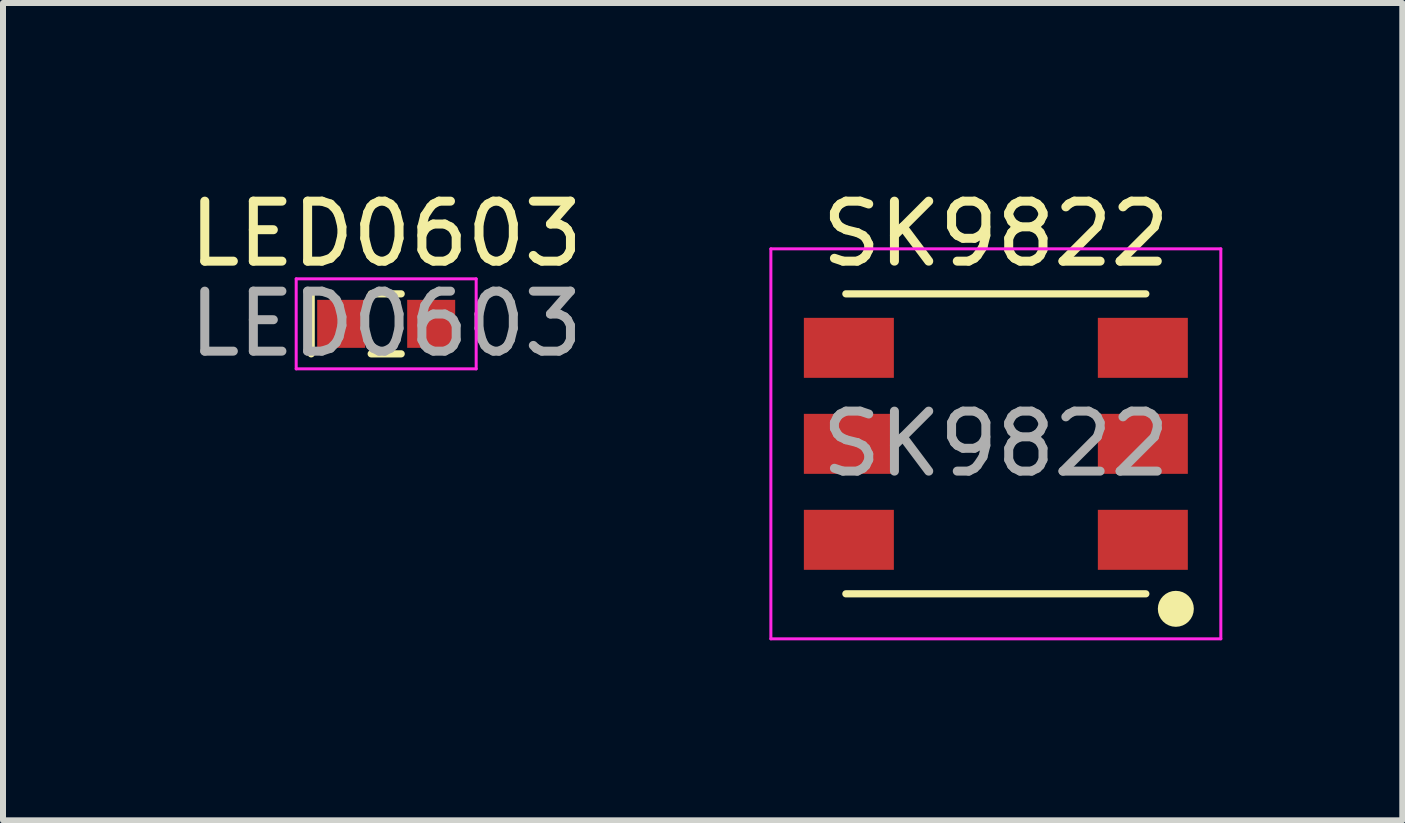
<source format=kicad_pcb>
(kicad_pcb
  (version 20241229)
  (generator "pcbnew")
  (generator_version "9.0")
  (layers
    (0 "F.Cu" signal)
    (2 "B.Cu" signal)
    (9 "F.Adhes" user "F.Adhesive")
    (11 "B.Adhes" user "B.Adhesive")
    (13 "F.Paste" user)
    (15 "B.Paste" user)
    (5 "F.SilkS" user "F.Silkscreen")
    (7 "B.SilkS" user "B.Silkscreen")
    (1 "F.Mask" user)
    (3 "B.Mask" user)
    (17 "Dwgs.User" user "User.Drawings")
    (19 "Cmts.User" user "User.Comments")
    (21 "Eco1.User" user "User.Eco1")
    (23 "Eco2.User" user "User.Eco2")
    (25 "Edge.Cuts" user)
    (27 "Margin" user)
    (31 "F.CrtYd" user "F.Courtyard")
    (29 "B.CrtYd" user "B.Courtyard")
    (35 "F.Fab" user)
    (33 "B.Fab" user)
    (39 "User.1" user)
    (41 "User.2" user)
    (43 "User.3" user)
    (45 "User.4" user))
  (footprint "LED0603"
    (layer "F.Cu")
    (at 3.387 2.348)
    (property "Reference" "LED0603" (at 0 -1.5 0) (layer "F.SilkS") (effects (font (size 1 1) (thickness 0.15))))
    (attr smd)
    (fp_line (start -1.25 -0.5) (end -1.25 0.5) (stroke (width 0.12) (type solid)) (layer "F.SilkS"))
    (fp_line (start -0.25 -0.5) (end 0.25 -0.5) (stroke (width 0.12) (type solid)) (layer "F.SilkS"))
    (fp_line (start -0.25 0.5) (end 0.25 0.5) (stroke (width 0.12) (type solid)) (layer "F.SilkS"))
    (fp_line (start -1.5 0.75) (end -1.5 -0.75) (stroke (width 0.05) (type solid)) (layer "F.CrtYd"))
    (fp_line (start 1.5 -0.75) (end -1.5 -0.75) (stroke (width 0.05) (type solid)) (layer "F.CrtYd"))
    (fp_line (start 1.5 0.75) (end -1.5 0.75) (stroke (width 0.05) (type solid)) (layer "F.CrtYd"))
    (fp_line (start 1.5 0.75) (end 1.5 -0.75) (stroke (width 0.05) (type solid)) (layer "F.CrtYd"))
    (fp_text user "${REFERENCE}" (at 0 0 0) (layer "F.Fab") (effects (font (size 1 1) (thickness 0.15))))
    (pad "1" smd rect (at -0.75 0 180) (size 0.8 0.8) (layers "F.Cu" "F.Mask" "F.Paste"))
    (pad "2" smd rect (at 0.75 0 180) (size 0.8 0.8) (layers "F.Cu" "F.Mask" "F.Paste")))
  (footprint "SK9822"
    (layer "F.Cu")
    (at 13.549 4.348)
    (property "Reference" "SK9822" (at 0 -3.5 0) (layer "F.SilkS") (effects (font (size 1 1) (thickness 0.15))))
    (attr smd)
    (fp_line (start -2.5 -2.5) (end 2.5 -2.5) (stroke (width 0.12) (type solid)) (layer "F.SilkS"))
    (fp_line (start 2.5 2.5) (end -2.5 2.5) (stroke (width 0.12) (type solid)) (layer "F.SilkS"))
    (fp_circle (center 3 2.75) (end 3.15 2.75) (stroke (width 0.3) (type solid)) (fill no) (layer "F.SilkS"))
    (fp_line (start -3.75 -3.25) (end -3.75 3.25) (stroke (width 0.05) (type solid)) (layer "F.CrtYd"))
    (fp_line (start -3.75 -3.25) (end 3.75 -3.25) (stroke (width 0.05) (type solid)) (layer "F.CrtYd"))
    (fp_line (start -3.75 3.25) (end 3.75 3.25) (stroke (width 0.05) (type solid)) (layer "F.CrtYd"))
    (fp_line (start 3.75 -3.25) (end 3.75 3.25) (stroke (width 0.05) (type solid)) (layer "F.CrtYd"))
    (fp_text user "${REFERENCE}" (at 0 0 0) (layer "F.Fab") (effects (font (size 1 1) (thickness 0.15))))
    (pad "1" smd rect (at 2.45 1.6) (size 1.5 1) (layers "F.Cu" "F.Mask" "F.Paste"))
    (pad "2" smd rect (at 2.45 0) (size 1.5 1) (layers "F.Cu" "F.Mask" "F.Paste"))
    (pad "3" smd rect (at 2.45 -1.6) (size 1.5 1) (layers "F.Cu" "F.Mask" "F.Paste"))
    (pad "4" smd rect (at -2.45 -1.6 180) (size 1.5 1) (layers "F.Cu" "F.Mask" "F.Paste"))
    (pad "5" smd rect (at -2.45 0 180) (size 1.5 1) (layers "F.Cu" "F.Mask" "F.Paste"))
    (pad "6" smd rect (at -2.45 1.6 180) (size 1.5 1) (layers "F.Cu" "F.Mask" "F.Paste")))
  (gr_rect
    (start -3 -3)
    (end 20.324 10.623)
    (stroke (width 0.1) (type default))
    (fill no)
    (layer "Edge.Cuts")))
</source>
